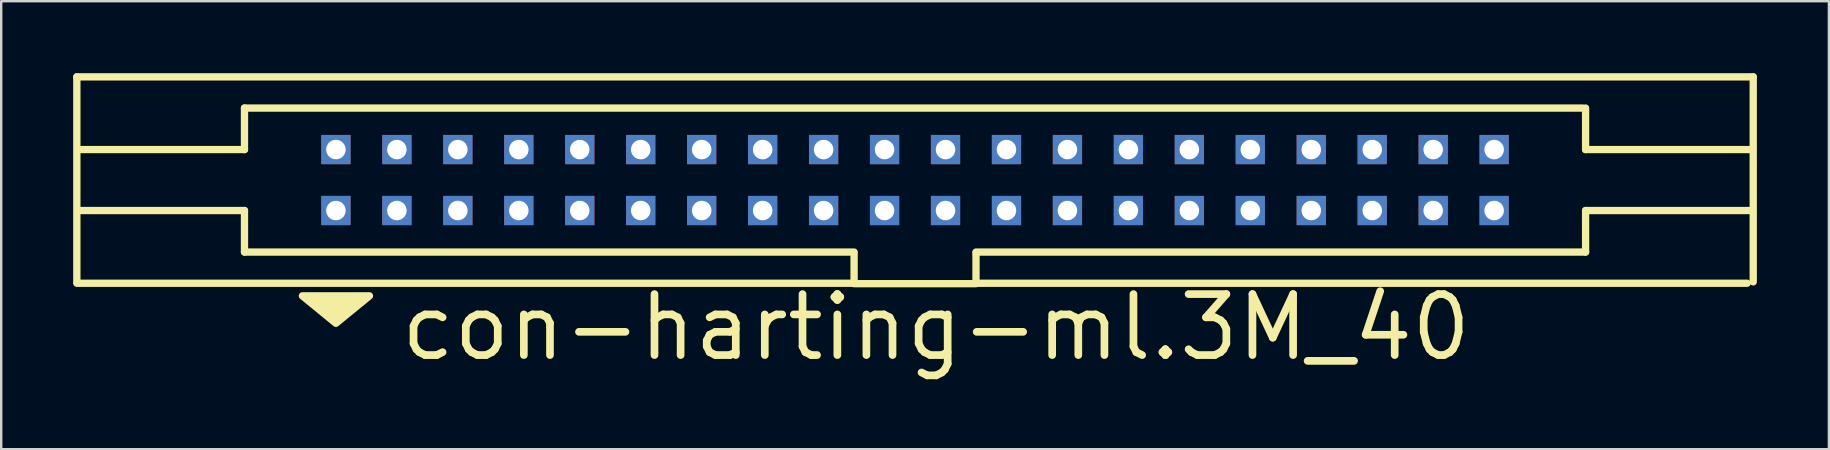
<source format=kicad_pcb>
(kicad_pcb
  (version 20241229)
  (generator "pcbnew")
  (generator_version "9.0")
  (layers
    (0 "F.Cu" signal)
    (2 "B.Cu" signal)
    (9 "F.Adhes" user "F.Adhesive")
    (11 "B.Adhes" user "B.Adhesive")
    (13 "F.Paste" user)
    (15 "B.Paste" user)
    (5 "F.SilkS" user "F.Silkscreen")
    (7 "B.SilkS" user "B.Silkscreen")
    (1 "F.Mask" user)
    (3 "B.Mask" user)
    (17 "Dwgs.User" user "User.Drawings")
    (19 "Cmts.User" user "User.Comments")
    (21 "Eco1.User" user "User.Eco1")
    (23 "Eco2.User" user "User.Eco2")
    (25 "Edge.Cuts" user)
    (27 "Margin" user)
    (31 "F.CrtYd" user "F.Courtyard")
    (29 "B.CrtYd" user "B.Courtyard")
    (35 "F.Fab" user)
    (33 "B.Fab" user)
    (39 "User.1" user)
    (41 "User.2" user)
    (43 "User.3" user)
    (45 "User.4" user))
  (footprint "con-harting-ml.3M_40"
    (layer "F.Cu")
    (at 35.077 4.452)
    (property "Reference" "con-harting-ml.3M_40" (at -21.59 7.62 0) (layer "F.SilkS") (effects (font (size 2.54 2.54) (thickness 0.32)) (justify left bottom)))
    (attr through_hole)
    (fp_line (start -34.925 -4.3) (end -34.925 4.242) (stroke (width 0.305) (type default)) (layer "F.SilkS"))
    (fp_line (start -34.925 4.3) (end -2.54 4.3) (stroke (width 0.305) (type default)) (layer "F.SilkS"))
    (fp_line (start -27.94 -1.27) (end -34.798 -1.27) (stroke (width 0.305) (type default)) (layer "F.SilkS"))
    (fp_line (start -27.94 -1.27) (end -27.94 -3) (stroke (width 0.305) (type default)) (layer "F.SilkS"))
    (fp_line (start -27.94 1.27) (end -34.798 1.27) (stroke (width 0.305) (type default)) (layer "F.SilkS"))
    (fp_line (start -27.94 3) (end -27.94 1.27) (stroke (width 0.305) (type default)) (layer "F.SilkS"))
    (fp_line (start -2.54 3) (end -27.94 3) (stroke (width 0.305) (type default)) (layer "F.SilkS"))
    (fp_line (start -2.54 4.3) (end -2.54 3.048) (stroke (width 0.305) (type default)) (layer "F.SilkS"))
    (fp_line (start -2.54 4.318) (end 2.54 4.318) (stroke (width 0.305) (type default)) (layer "F.SilkS"))
    (fp_line (start 2.54 3.048) (end 2.54 4.3) (stroke (width 0.305) (type default)) (layer "F.SilkS"))
    (fp_line (start 2.54 4.3) (end 34.671 4.3) (stroke (width 0.305) (type default)) (layer "F.SilkS"))
    (fp_line (start 27.813 -3) (end -27.94 -3) (stroke (width 0.305) (type default)) (layer "F.SilkS"))
    (fp_line (start 27.94 -1.27) (end 27.94 -3) (stroke (width 0.305) (type default)) (layer "F.SilkS"))
    (fp_line (start 27.94 -1.27) (end 34.798 -1.27) (stroke (width 0.305) (type default)) (layer "F.SilkS"))
    (fp_line (start 27.94 1.27) (end 34.798 1.27) (stroke (width 0.305) (type default)) (layer "F.SilkS"))
    (fp_line (start 27.94 3) (end 2.54 3) (stroke (width 0.305) (type default)) (layer "F.SilkS"))
    (fp_line (start 27.94 3) (end 27.94 1.27) (stroke (width 0.305) (type default)) (layer "F.SilkS"))
    (fp_line (start 34.925 -4.3) (end -34.925 -4.3) (stroke (width 0.305) (type default)) (layer "F.SilkS"))
    (fp_line (start 34.925 4.242) (end 34.925 -4.3) (stroke (width 0.305) (type default)) (layer "F.SilkS"))
    (fp_poly (pts (xy -25.527 4.826) (xy -22.733 4.826) (xy -24.13 5.969)) (stroke (width 0.305) (type default)) (fill yes) (layer "F.SilkS"))
    (pad "1" thru_hole rect (at -24.13 1.27) (size 1.219 1.219) (drill 0.813) (layers "*.Cu" "*.Mask"))
    (pad "2" thru_hole rect (at -24.13 -1.27) (size 1.219 1.219) (drill 0.813) (layers "*.Cu" "*.Mask"))
    (pad "3" thru_hole rect (at -21.59 1.27) (size 1.219 1.219) (drill 0.813) (layers "*.Cu" "*.Mask"))
    (pad "4" thru_hole rect (at -21.59 -1.27) (size 1.219 1.219) (drill 0.813) (layers "*.Cu" "*.Mask"))
    (pad "5" thru_hole rect (at -19.05 1.27) (size 1.219 1.219) (drill 0.813) (layers "*.Cu" "*.Mask"))
    (pad "6" thru_hole rect (at -19.05 -1.27) (size 1.219 1.219) (drill 0.813) (layers "*.Cu" "*.Mask"))
    (pad "7" thru_hole rect (at -16.51 1.27) (size 1.219 1.219) (drill 0.813) (layers "*.Cu" "*.Mask"))
    (pad "8" thru_hole rect (at -16.51 -1.27) (size 1.219 1.219) (drill 0.813) (layers "*.Cu" "*.Mask"))
    (pad "9" thru_hole rect (at -13.97 1.27) (size 1.219 1.219) (drill 0.813) (layers "*.Cu" "*.Mask"))
    (pad "10" thru_hole rect (at -13.97 -1.27) (size 1.219 1.219) (drill 0.813) (layers "*.Cu" "*.Mask"))
    (pad "11" thru_hole rect (at -11.43 1.27) (size 1.219 1.219) (drill 0.813) (layers "*.Cu" "*.Mask"))
    (pad "12" thru_hole rect (at -11.43 -1.27) (size 1.219 1.219) (drill 0.813) (layers "*.Cu" "*.Mask"))
    (pad "13" thru_hole rect (at -8.89 1.27) (size 1.219 1.219) (drill 0.813) (layers "*.Cu" "*.Mask"))
    (pad "14" thru_hole rect (at -8.89 -1.27) (size 1.219 1.219) (drill 0.813) (layers "*.Cu" "*.Mask"))
    (pad "15" thru_hole rect (at -6.35 1.27) (size 1.219 1.219) (drill 0.813) (layers "*.Cu" "*.Mask"))
    (pad "16" thru_hole rect (at -6.35 -1.27) (size 1.219 1.219) (drill 0.813) (layers "*.Cu" "*.Mask"))
    (pad "17" thru_hole rect (at -3.81 1.27) (size 1.219 1.219) (drill 0.813) (layers "*.Cu" "*.Mask"))
    (pad "18" thru_hole rect (at -3.81 -1.27) (size 1.219 1.219) (drill 0.813) (layers "*.Cu" "*.Mask"))
    (pad "19" thru_hole rect (at -1.27 1.27) (size 1.219 1.219) (drill 0.813) (layers "*.Cu" "*.Mask"))
    (pad "20" thru_hole rect (at -1.27 -1.27) (size 1.219 1.219) (drill 0.813) (layers "*.Cu" "*.Mask"))
    (pad "21" thru_hole rect (at 1.27 1.27) (size 1.219 1.219) (drill 0.813) (layers "*.Cu" "*.Mask"))
    (pad "22" thru_hole rect (at 1.27 -1.27) (size 1.219 1.219) (drill 0.813) (layers "*.Cu" "*.Mask"))
    (pad "23" thru_hole rect (at 3.81 1.27) (size 1.219 1.219) (drill 0.813) (layers "*.Cu" "*.Mask"))
    (pad "24" thru_hole rect (at 3.81 -1.27) (size 1.219 1.219) (drill 0.813) (layers "*.Cu" "*.Mask"))
    (pad "25" thru_hole rect (at 6.35 1.27) (size 1.219 1.219) (drill 0.813) (layers "*.Cu" "*.Mask"))
    (pad "26" thru_hole rect (at 6.35 -1.27) (size 1.219 1.219) (drill 0.813) (layers "*.Cu" "*.Mask"))
    (pad "27" thru_hole rect (at 8.89 1.27) (size 1.219 1.219) (drill 0.813) (layers "*.Cu" "*.Mask"))
    (pad "28" thru_hole rect (at 8.89 -1.27) (size 1.219 1.219) (drill 0.813) (layers "*.Cu" "*.Mask"))
    (pad "29" thru_hole rect (at 11.43 1.27) (size 1.219 1.219) (drill 0.813) (layers "*.Cu" "*.Mask"))
    (pad "30" thru_hole rect (at 11.43 -1.27) (size 1.219 1.219) (drill 0.813) (layers "*.Cu" "*.Mask"))
    (pad "31" thru_hole rect (at 13.97 1.27) (size 1.219 1.219) (drill 0.813) (layers "*.Cu" "*.Mask"))
    (pad "32" thru_hole rect (at 13.97 -1.27) (size 1.219 1.219) (drill 0.813) (layers "*.Cu" "*.Mask"))
    (pad "33" thru_hole rect (at 16.51 1.27) (size 1.219 1.219) (drill 0.813) (layers "*.Cu" "*.Mask"))
    (pad "34" thru_hole rect (at 16.51 -1.27) (size 1.219 1.219) (drill 0.813) (layers "*.Cu" "*.Mask"))
    (pad "35" thru_hole rect (at 19.05 1.27) (size 1.219 1.219) (drill 0.813) (layers "*.Cu" "*.Mask"))
    (pad "36" thru_hole rect (at 19.05 -1.27) (size 1.219 1.219) (drill 0.813) (layers "*.Cu" "*.Mask"))
    (pad "37" thru_hole rect (at 21.59 1.27) (size 1.219 1.219) (drill 0.813) (layers "*.Cu" "*.Mask"))
    (pad "38" thru_hole rect (at 21.59 -1.27) (size 1.219 1.219) (drill 0.813) (layers "*.Cu" "*.Mask"))
    (pad "39" thru_hole rect (at 24.13 1.27) (size 1.219 1.219) (drill 0.813) (layers "*.Cu" "*.Mask"))
    (pad "40" thru_hole rect (at 24.13 -1.27) (size 1.219 1.219) (drill 0.813) (layers "*.Cu" "*.Mask")))
  (gr_rect
    (start -3 -3)
    (end 73.155 15.667)
    (stroke (width 0.1) (type default))
    (fill no)
    (layer "Edge.Cuts")))
</source>
